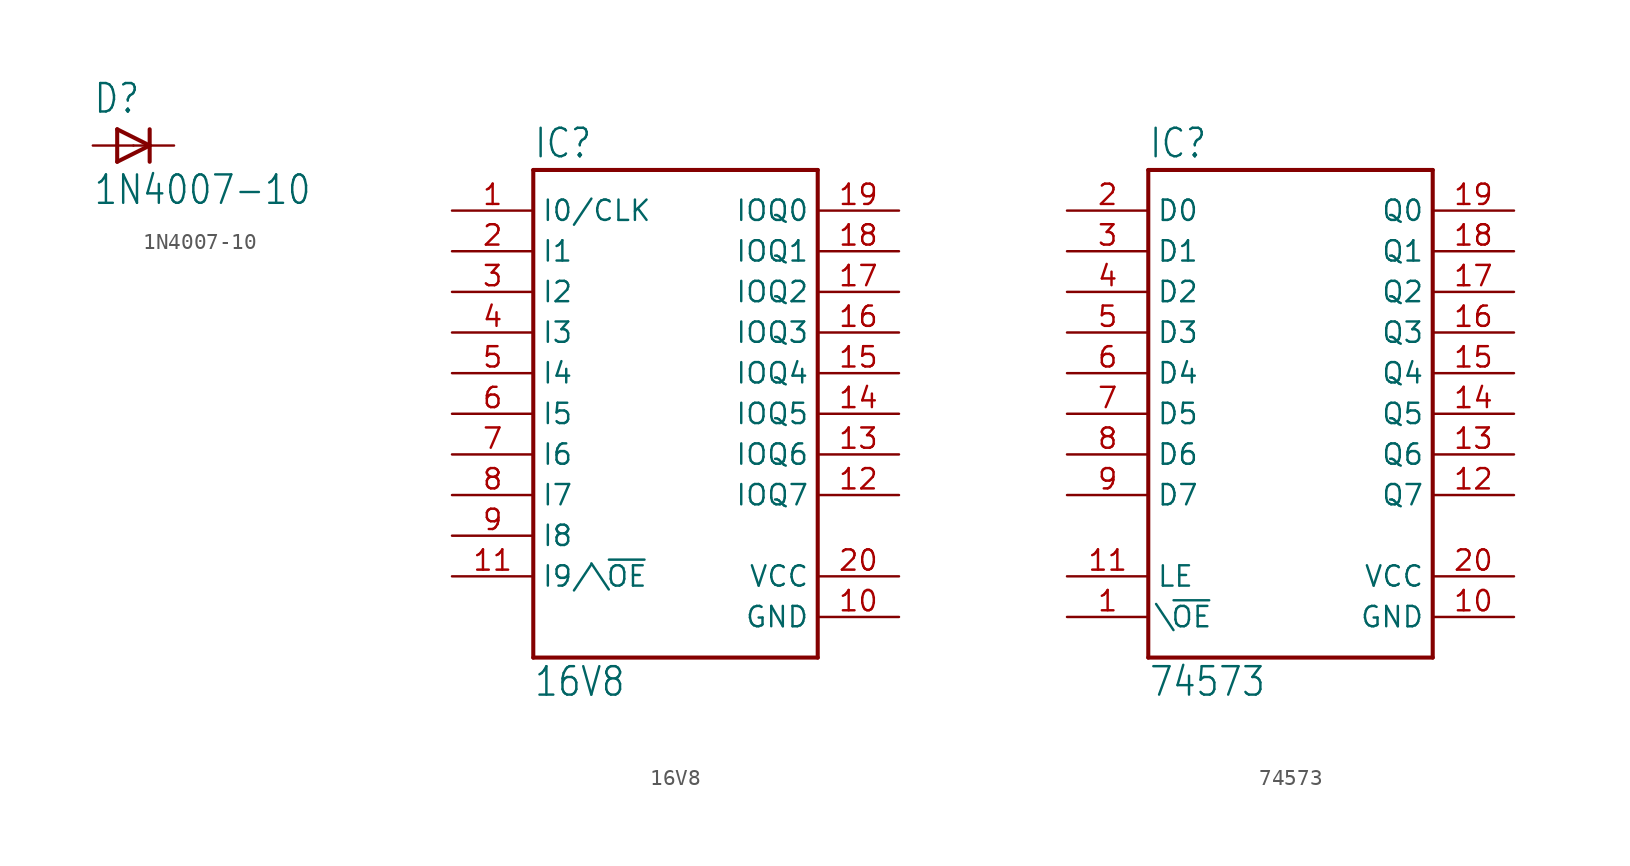
<source format=kicad_sym>
(kicad_symbol_lib
  (version 20211014)
  (generator kicad_symbol_editor)
  (symbol "1N4007-10"
    (property "Reference" "D"
      (at -2.54 1.905 0)
      (effects (font (size 1.778 1.511)) (justify left bottom)))
    (property "Value" "1N4007-10"
      (at -2.54 -3.81 0)
      (effects (font (size 1.778 1.511)) (justify left bottom)))
    (property "ki_locked" ""
      (at 0 0 0)
      (effects (font (size 1.27 1.27))))
    (symbol "1N4007-10_1_0"
      (polyline (pts (xy -1.016 -1.016) (xy 1.016 0)) (stroke (width 0.254) (type default) (color 0 0 0 0)) (fill (type none)))
      (polyline (pts (xy -1.016 1.016) (xy -1.016 -1.016)) (stroke (width 0.254) (type default) (color 0 0 0 0)) (fill (type none)))
      (polyline (pts (xy 1.016 0) (xy -1.016 1.016)) (stroke (width 0.254) (type default) (color 0 0 0 0)) (fill (type none)))
      (polyline (pts (xy 1.016 0) (xy 1.016 -1.016)) (stroke (width 0.254) (type default) (color 0 0 0 0)) (fill (type none)))
      (polyline (pts (xy 1.016 1.016) (xy 1.016 0)) (stroke (width 0.254) (type default) (color 0 0 0 0)) (fill (type none)))
      (pin passive line (at -2.54 0 0) (length 2.54) (name "A" (effects (font (size 0 0)))) (number "A" (effects (font (size 0 0)))))
      (pin passive line (at 2.54 0 180) (length 2.54) (name "C" (effects (font (size 0 0)))) (number "C" (effects (font (size 0 0)))))))
  (symbol "16V8"
    (property "Reference" "IC"
      (at -7.62 15.875 0)
      (effects (font (size 1.778 1.511)) (justify left bottom)))
    (property "Value" "16V8"
      (at -7.62 -17.78 0)
      (effects (font (size 1.778 1.511)) (justify left bottom)))
    (property "ki_locked" ""
      (at 0 0 0)
      (effects (font (size 1.27 1.27))))
    (symbol "16V8_1_0"
      (polyline (pts (xy -7.62 -15.24) (xy -7.62 15.24)) (stroke (width 0.254) (type default) (color 0 0 0 0)) (fill (type none)))
      (polyline (pts (xy -7.62 15.24) (xy 10.16 15.24)) (stroke (width 0.254) (type default) (color 0 0 0 0)) (fill (type none)))
      (polyline (pts (xy 10.16 -15.24) (xy -7.62 -15.24)) (stroke (width 0.254) (type default) (color 0 0 0 0)) (fill (type none)))
      (polyline (pts (xy 10.16 15.24) (xy 10.16 -15.24)) (stroke (width 0.254) (type default) (color 0 0 0 0)) (fill (type none)))
      (pin input line (at -12.7 12.7 0) (length 5.08) (name "I0/CLK" (effects (font (size 1.27 1.27)))) (number "1" (effects (font (size 1.27 1.27)))))
      (pin power_in line (at 15.24 -12.7 180) (length 5.08) (name "GND" (effects (font (size 1.27 1.27)))) (number "10" (effects (font (size 1.27 1.27)))))
      (pin input line (at -12.7 -10.16 0) (length 5.08) (name "I9/\\~{OE}" (effects (font (size 1.27 1.27)))) (number "11" (effects (font (size 1.27 1.27)))))
      (pin bidirectional line (at 15.24 -5.08 180) (length 5.08) (name "IOQ7" (effects (font (size 1.27 1.27)))) (number "12" (effects (font (size 1.27 1.27)))))
      (pin bidirectional line (at 15.24 -2.54 180) (length 5.08) (name "IOQ6" (effects (font (size 1.27 1.27)))) (number "13" (effects (font (size 1.27 1.27)))))
      (pin bidirectional line (at 15.24 0 180) (length 5.08) (name "IOQ5" (effects (font (size 1.27 1.27)))) (number "14" (effects (font (size 1.27 1.27)))))
      (pin bidirectional line (at 15.24 2.54 180) (length 5.08) (name "IOQ4" (effects (font (size 1.27 1.27)))) (number "15" (effects (font (size 1.27 1.27)))))
      (pin bidirectional line (at 15.24 5.08 180) (length 5.08) (name "IOQ3" (effects (font (size 1.27 1.27)))) (number "16" (effects (font (size 1.27 1.27)))))
      (pin bidirectional line (at 15.24 7.62 180) (length 5.08) (name "IOQ2" (effects (font (size 1.27 1.27)))) (number "17" (effects (font (size 1.27 1.27)))))
      (pin bidirectional line (at 15.24 10.16 180) (length 5.08) (name "IOQ1" (effects (font (size 1.27 1.27)))) (number "18" (effects (font (size 1.27 1.27)))))
      (pin bidirectional line (at 15.24 12.7 180) (length 5.08) (name "IOQ0" (effects (font (size 1.27 1.27)))) (number "19" (effects (font (size 1.27 1.27)))))
      (pin input line (at -12.7 10.16 0) (length 5.08) (name "I1" (effects (font (size 1.27 1.27)))) (number "2" (effects (font (size 1.27 1.27)))))
      (pin power_in line (at 15.24 -10.16 180) (length 5.08) (name "VCC" (effects (font (size 1.27 1.27)))) (number "20" (effects (font (size 1.27 1.27)))))
      (pin input line (at -12.7 7.62 0) (length 5.08) (name "I2" (effects (font (size 1.27 1.27)))) (number "3" (effects (font (size 1.27 1.27)))))
      (pin input line (at -12.7 5.08 0) (length 5.08) (name "I3" (effects (font (size 1.27 1.27)))) (number "4" (effects (font (size 1.27 1.27)))))
      (pin input line (at -12.7 2.54 0) (length 5.08) (name "I4" (effects (font (size 1.27 1.27)))) (number "5" (effects (font (size 1.27 1.27)))))
      (pin input line (at -12.7 0 0) (length 5.08) (name "I5" (effects (font (size 1.27 1.27)))) (number "6" (effects (font (size 1.27 1.27)))))
      (pin input line (at -12.7 -2.54 0) (length 5.08) (name "I6" (effects (font (size 1.27 1.27)))) (number "7" (effects (font (size 1.27 1.27)))))
      (pin input line (at -12.7 -5.08 0) (length 5.08) (name "I7" (effects (font (size 1.27 1.27)))) (number "8" (effects (font (size 1.27 1.27)))))
      (pin input line (at -12.7 -7.62 0) (length 5.08) (name "I8" (effects (font (size 1.27 1.27)))) (number "9" (effects (font (size 1.27 1.27)))))))
  (symbol "74573"
    (property "Reference" "IC"
      (at -7.62 15.875 0)
      (effects (font (size 1.778 1.511)) (justify left bottom)))
    (property "Value" "74573"
      (at -7.62 -17.78 0)
      (effects (font (size 1.778 1.511)) (justify left bottom)))
    (property "ki_locked" ""
      (at 0 0 0)
      (effects (font (size 1.27 1.27))))
    (symbol "74573_1_0"
      (polyline (pts (xy -7.62 -15.24) (xy -7.62 15.24)) (stroke (width 0.254) (type default) (color 0 0 0 0)) (fill (type none)))
      (polyline (pts (xy -7.62 15.24) (xy 10.16 15.24)) (stroke (width 0.254) (type default) (color 0 0 0 0)) (fill (type none)))
      (polyline (pts (xy 10.16 -15.24) (xy -7.62 -15.24)) (stroke (width 0.254) (type default) (color 0 0 0 0)) (fill (type none)))
      (polyline (pts (xy 10.16 15.24) (xy 10.16 -15.24)) (stroke (width 0.254) (type default) (color 0 0 0 0)) (fill (type none)))
      (pin input line (at -12.7 -12.7 0) (length 5.08) (name "\\~{OE}" (effects (font (size 1.27 1.27)))) (number "1" (effects (font (size 1.27 1.27)))))
      (pin power_in line (at 15.24 -12.7 180) (length 5.08) (name "GND" (effects (font (size 1.27 1.27)))) (number "10" (effects (font (size 1.27 1.27)))))
      (pin input line (at -12.7 -10.16 0) (length 5.08) (name "LE" (effects (font (size 1.27 1.27)))) (number "11" (effects (font (size 1.27 1.27)))))
      (pin tri_state line (at 15.24 -5.08 180) (length 5.08) (name "Q7" (effects (font (size 1.27 1.27)))) (number "12" (effects (font (size 1.27 1.27)))))
      (pin tri_state line (at 15.24 -2.54 180) (length 5.08) (name "Q6" (effects (font (size 1.27 1.27)))) (number "13" (effects (font (size 1.27 1.27)))))
      (pin tri_state line (at 15.24 0 180) (length 5.08) (name "Q5" (effects (font (size 1.27 1.27)))) (number "14" (effects (font (size 1.27 1.27)))))
      (pin tri_state line (at 15.24 2.54 180) (length 5.08) (name "Q4" (effects (font (size 1.27 1.27)))) (number "15" (effects (font (size 1.27 1.27)))))
      (pin tri_state line (at 15.24 5.08 180) (length 5.08) (name "Q3" (effects (font (size 1.27 1.27)))) (number "16" (effects (font (size 1.27 1.27)))))
      (pin tri_state line (at 15.24 7.62 180) (length 5.08) (name "Q2" (effects (font (size 1.27 1.27)))) (number "17" (effects (font (size 1.27 1.27)))))
      (pin tri_state line (at 15.24 10.16 180) (length 5.08) (name "Q1" (effects (font (size 1.27 1.27)))) (number "18" (effects (font (size 1.27 1.27)))))
      (pin tri_state line (at 15.24 12.7 180) (length 5.08) (name "Q0" (effects (font (size 1.27 1.27)))) (number "19" (effects (font (size 1.27 1.27)))))
      (pin input line (at -12.7 12.7 0) (length 5.08) (name "D0" (effects (font (size 1.27 1.27)))) (number "2" (effects (font (size 1.27 1.27)))))
      (pin power_in line (at 15.24 -10.16 180) (length 5.08) (name "VCC" (effects (font (size 1.27 1.27)))) (number "20" (effects (font (size 1.27 1.27)))))
      (pin input line (at -12.7 10.16 0) (length 5.08) (name "D1" (effects (font (size 1.27 1.27)))) (number "3" (effects (font (size 1.27 1.27)))))
      (pin input line (at -12.7 7.62 0) (length 5.08) (name "D2" (effects (font (size 1.27 1.27)))) (number "4" (effects (font (size 1.27 1.27)))))
      (pin input line (at -12.7 5.08 0) (length 5.08) (name "D3" (effects (font (size 1.27 1.27)))) (number "5" (effects (font (size 1.27 1.27)))))
      (pin input line (at -12.7 2.54 0) (length 5.08) (name "D4" (effects (font (size 1.27 1.27)))) (number "6" (effects (font (size 1.27 1.27)))))
      (pin input line (at -12.7 0 0) (length 5.08) (name "D5" (effects (font (size 1.27 1.27)))) (number "7" (effects (font (size 1.27 1.27)))))
      (pin input line (at -12.7 -2.54 0) (length 5.08) (name "D6" (effects (font (size 1.27 1.27)))) (number "8" (effects (font (size 1.27 1.27)))))
      (pin input line (at -12.7 -5.08 0) (length 5.08) (name "D7" (effects (font (size 1.27 1.27)))) (number "9" (effects (font (size 1.27 1.27))))))))
</source>
